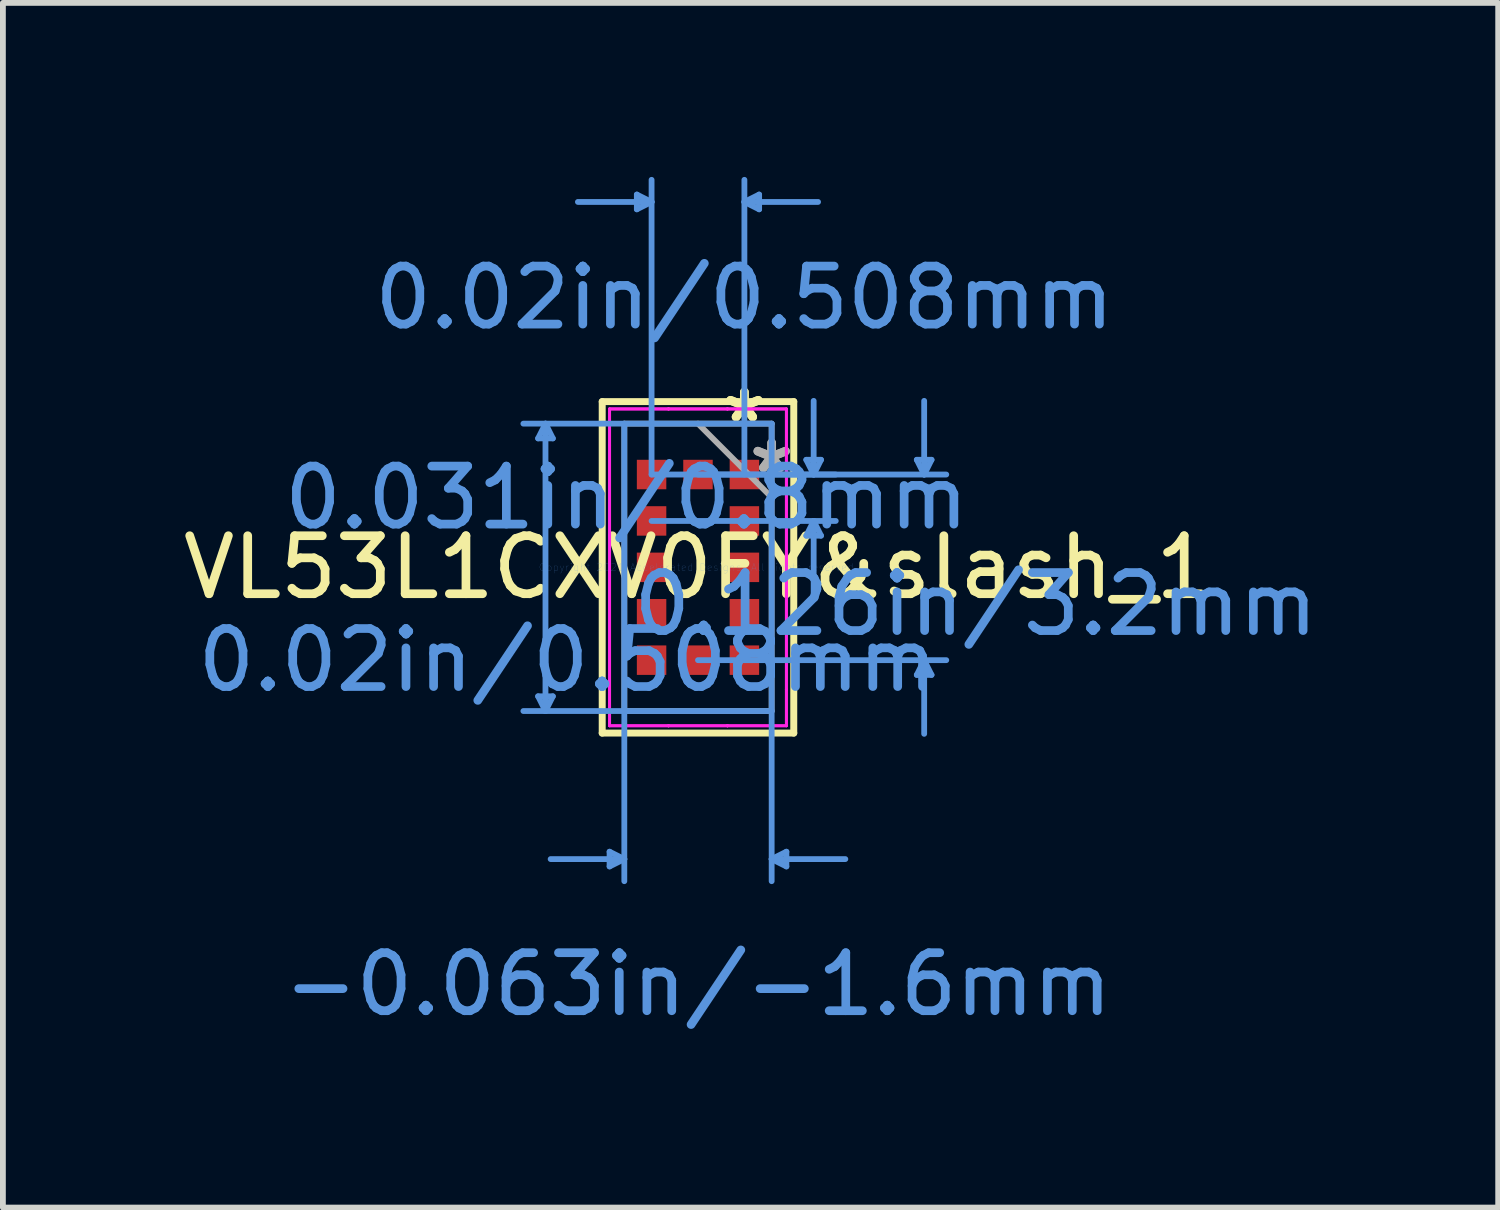
<source format=kicad_pcb>
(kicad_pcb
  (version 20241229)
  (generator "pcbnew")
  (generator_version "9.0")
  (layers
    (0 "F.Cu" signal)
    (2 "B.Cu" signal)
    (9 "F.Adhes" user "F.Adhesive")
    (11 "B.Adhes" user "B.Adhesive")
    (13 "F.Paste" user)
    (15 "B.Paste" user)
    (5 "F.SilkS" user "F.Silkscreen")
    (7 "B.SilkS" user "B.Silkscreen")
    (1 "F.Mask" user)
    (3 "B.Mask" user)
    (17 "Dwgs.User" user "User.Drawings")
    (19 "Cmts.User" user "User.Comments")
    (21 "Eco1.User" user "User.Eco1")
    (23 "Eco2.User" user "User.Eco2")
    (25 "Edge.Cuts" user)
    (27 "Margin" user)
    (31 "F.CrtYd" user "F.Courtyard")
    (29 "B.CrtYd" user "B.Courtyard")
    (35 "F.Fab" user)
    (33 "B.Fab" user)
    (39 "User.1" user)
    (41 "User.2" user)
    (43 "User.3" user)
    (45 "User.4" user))
  (footprint "VL53L1CXV0FY&slash_1"
    (layer "F.Cu")
    (at 8.982 6.73)
    (property "Reference" "VL53L1CXV0FY&slash_1" (at 0 0 0) (layer "F.SilkS") (effects (font (size 1 1) (thickness 0.15))))
    (attr through_hole)
    (fp_line (start -1.651 -2.857) (end -1.651 2.857) (stroke (width 0.12) (type solid)) (layer "F.SilkS"))
    (fp_line (start -1.651 2.857) (end 1.651 2.857) (stroke (width 0.12) (type solid)) (layer "F.SilkS"))
    (fp_line (start 1.651 -2.857) (end -1.651 -2.857) (stroke (width 0.12) (type solid)) (layer "F.SilkS"))
    (fp_line (start 1.651 2.857) (end 1.651 -2.857) (stroke (width 0.12) (type solid)) (layer "F.SilkS"))
    (fp_line (start -2.756 -2.223) (end -2.502 -2.223) (stroke (width 0.1) (type solid)) (layer "Cmts.User"))
    (fp_line (start -2.756 2.223) (end -2.502 2.223) (stroke (width 0.1) (type solid)) (layer "Cmts.User"))
    (fp_line (start -2.629 -2.477) (end -2.756 -2.223) (stroke (width 0.1) (type solid)) (layer "Cmts.User"))
    (fp_line (start -2.629 -2.477) (end -2.629 2.477) (stroke (width 0.1) (type solid)) (layer "Cmts.User"))
    (fp_line (start -2.629 -2.477) (end -2.502 -2.223) (stroke (width 0.1) (type solid)) (layer "Cmts.User"))
    (fp_line (start -2.629 2.477) (end -2.756 2.223) (stroke (width 0.1) (type solid)) (layer "Cmts.User"))
    (fp_line (start -2.629 2.477) (end -2.502 2.223) (stroke (width 0.1) (type solid)) (layer "Cmts.User"))
    (fp_line (start -1.524 4.902) (end -1.524 5.156) (stroke (width 0.1) (type solid)) (layer "Cmts.User"))
    (fp_line (start -1.27 -2.477) (end -1.27 5.41) (stroke (width 0.1) (type solid)) (layer "Cmts.User"))
    (fp_line (start -1.27 5.029) (end -2.54 5.029) (stroke (width 0.1) (type solid)) (layer "Cmts.User"))
    (fp_line (start -1.27 5.029) (end -1.524 4.902) (stroke (width 0.1) (type solid)) (layer "Cmts.User"))
    (fp_line (start -1.27 5.029) (end -1.524 5.156) (stroke (width 0.1) (type solid)) (layer "Cmts.User"))
    (fp_line (start -1.054 -6.426) (end -1.054 -6.172) (stroke (width 0.1) (type solid)) (layer "Cmts.User"))
    (fp_line (start -0.8 -6.299) (end -2.07 -6.299) (stroke (width 0.1) (type solid)) (layer "Cmts.User"))
    (fp_line (start -0.8 -6.299) (end -1.054 -6.426) (stroke (width 0.1) (type solid)) (layer "Cmts.User"))
    (fp_line (start -0.8 -6.299) (end -1.054 -6.172) (stroke (width 0.1) (type solid)) (layer "Cmts.User"))
    (fp_line (start -0.8 -1.6) (end -0.8 -6.68) (stroke (width 0.1) (type solid)) (layer "Cmts.User"))
    (fp_line (start -0.8 -1.6) (end 2.375 -1.6) (stroke (width 0.1) (type solid)) (layer "Cmts.User"))
    (fp_line (start -0.8 -0.8) (end 2.375 -0.8) (stroke (width 0.1) (type solid)) (layer "Cmts.User"))
    (fp_line (start 0 -1.6) (end 4.28 -1.6) (stroke (width 0.1) (type solid)) (layer "Cmts.User"))
    (fp_line (start 0 1.6) (end 4.28 1.6) (stroke (width 0.1) (type solid)) (layer "Cmts.User"))
    (fp_line (start 0.8 -6.299) (end 1.054 -6.426) (stroke (width 0.1) (type solid)) (layer "Cmts.User"))
    (fp_line (start 0.8 -6.299) (end 1.054 -6.172) (stroke (width 0.1) (type solid)) (layer "Cmts.User"))
    (fp_line (start 0.8 -6.299) (end 2.07 -6.299) (stroke (width 0.1) (type solid)) (layer "Cmts.User"))
    (fp_line (start 0.8 -1.6) (end 0.8 -6.68) (stroke (width 0.1) (type solid)) (layer "Cmts.User"))
    (fp_line (start 1.054 -6.426) (end 1.054 -6.172) (stroke (width 0.1) (type solid)) (layer "Cmts.User"))
    (fp_line (start 1.27 -2.477) (end -3.01 -2.477) (stroke (width 0.1) (type solid)) (layer "Cmts.User"))
    (fp_line (start 1.27 -2.477) (end 1.27 5.41) (stroke (width 0.1) (type solid)) (layer "Cmts.User"))
    (fp_line (start 1.27 2.477) (end -3.01 2.477) (stroke (width 0.1) (type solid)) (layer "Cmts.User"))
    (fp_line (start 1.27 5.029) (end 1.524 4.902) (stroke (width 0.1) (type solid)) (layer "Cmts.User"))
    (fp_line (start 1.27 5.029) (end 1.524 5.156) (stroke (width 0.1) (type solid)) (layer "Cmts.User"))
    (fp_line (start 1.27 5.029) (end 2.54 5.029) (stroke (width 0.1) (type solid)) (layer "Cmts.User"))
    (fp_line (start 1.524 4.902) (end 1.524 5.156) (stroke (width 0.1) (type solid)) (layer "Cmts.User"))
    (fp_line (start 1.867 -1.854) (end 2.121 -1.854) (stroke (width 0.1) (type solid)) (layer "Cmts.User"))
    (fp_line (start 1.867 -0.546) (end 2.121 -0.546) (stroke (width 0.1) (type solid)) (layer "Cmts.User"))
    (fp_line (start 1.994 -1.6) (end 1.867 -1.854) (stroke (width 0.1) (type solid)) (layer "Cmts.User"))
    (fp_line (start 1.994 -1.6) (end 1.994 -2.87) (stroke (width 0.1) (type solid)) (layer "Cmts.User"))
    (fp_line (start 1.994 -1.6) (end 2.121 -1.854) (stroke (width 0.1) (type solid)) (layer "Cmts.User"))
    (fp_line (start 1.994 -0.8) (end 1.867 -0.546) (stroke (width 0.1) (type solid)) (layer "Cmts.User"))
    (fp_line (start 1.994 -0.8) (end 1.994 0.47) (stroke (width 0.1) (type solid)) (layer "Cmts.User"))
    (fp_line (start 1.994 -0.8) (end 2.121 -0.546) (stroke (width 0.1) (type solid)) (layer "Cmts.User"))
    (fp_line (start 3.772 -1.854) (end 4.026 -1.854) (stroke (width 0.1) (type solid)) (layer "Cmts.User"))
    (fp_line (start 3.772 1.854) (end 4.026 1.854) (stroke (width 0.1) (type solid)) (layer "Cmts.User"))
    (fp_line (start 3.899 -1.6) (end 3.772 -1.854) (stroke (width 0.1) (type solid)) (layer "Cmts.User"))
    (fp_line (start 3.899 -1.6) (end 3.899 -2.87) (stroke (width 0.1) (type solid)) (layer "Cmts.User"))
    (fp_line (start 3.899 -1.6) (end 4.026 -1.854) (stroke (width 0.1) (type solid)) (layer "Cmts.User"))
    (fp_line (start 3.899 1.6) (end 3.772 1.854) (stroke (width 0.1) (type solid)) (layer "Cmts.User"))
    (fp_line (start 3.899 1.6) (end 3.899 2.87) (stroke (width 0.1) (type solid)) (layer "Cmts.User"))
    (fp_line (start 3.899 1.6) (end 4.026 1.854) (stroke (width 0.1) (type solid)) (layer "Cmts.User"))
    (fp_line (start -1.524 -2.731) (end -0.508 -2.731) (stroke (width 0.05) (type solid)) (layer "F.CrtYd"))
    (fp_line (start -1.524 -2.731) (end -0.508 -2.731) (stroke (width 0.05) (type solid)) (layer "F.CrtYd"))
    (fp_line (start -1.524 -2.108) (end -1.524 -2.731) (stroke (width 0.05) (type solid)) (layer "F.CrtYd"))
    (fp_line (start -1.524 -2.108) (end -1.524 -2.731) (stroke (width 0.05) (type solid)) (layer "F.CrtYd"))
    (fp_line (start -1.524 -2.108) (end -1.524 -2.108) (stroke (width 0.05) (type solid)) (layer "F.CrtYd"))
    (fp_line (start -1.524 -2.108) (end -1.524 -2.108) (stroke (width 0.05) (type solid)) (layer "F.CrtYd"))
    (fp_line (start -1.524 2.108) (end -1.524 -2.108) (stroke (width 0.05) (type solid)) (layer "F.CrtYd"))
    (fp_line (start -1.524 2.108) (end -1.524 -2.108) (stroke (width 0.05) (type solid)) (layer "F.CrtYd"))
    (fp_line (start -1.524 2.108) (end -1.524 2.108) (stroke (width 0.05) (type solid)) (layer "F.CrtYd"))
    (fp_line (start -1.524 2.108) (end -1.524 2.108) (stroke (width 0.05) (type solid)) (layer "F.CrtYd"))
    (fp_line (start -1.524 2.731) (end -1.524 2.108) (stroke (width 0.05) (type solid)) (layer "F.CrtYd"))
    (fp_line (start -1.524 2.731) (end -1.524 2.108) (stroke (width 0.05) (type solid)) (layer "F.CrtYd"))
    (fp_line (start -0.508 -2.731) (end -0.508 -2.731) (stroke (width 0.05) (type solid)) (layer "F.CrtYd"))
    (fp_line (start -0.508 -2.731) (end -0.508 -2.731) (stroke (width 0.05) (type solid)) (layer "F.CrtYd"))
    (fp_line (start -0.508 -2.731) (end 0.508 -2.731) (stroke (width 0.05) (type solid)) (layer "F.CrtYd"))
    (fp_line (start -0.508 -2.731) (end 0.508 -2.731) (stroke (width 0.05) (type solid)) (layer "F.CrtYd"))
    (fp_line (start -0.508 2.731) (end -1.524 2.731) (stroke (width 0.05) (type solid)) (layer "F.CrtYd"))
    (fp_line (start -0.508 2.731) (end -1.524 2.731) (stroke (width 0.05) (type solid)) (layer "F.CrtYd"))
    (fp_line (start -0.508 2.731) (end -0.508 2.731) (stroke (width 0.05) (type solid)) (layer "F.CrtYd"))
    (fp_line (start -0.508 2.731) (end -0.508 2.731) (stroke (width 0.05) (type solid)) (layer "F.CrtYd"))
    (fp_line (start 0.508 -2.731) (end 0.508 -2.731) (stroke (width 0.05) (type solid)) (layer "F.CrtYd"))
    (fp_line (start 0.508 -2.731) (end 0.508 -2.731) (stroke (width 0.05) (type solid)) (layer "F.CrtYd"))
    (fp_line (start 0.508 -2.731) (end 1.524 -2.731) (stroke (width 0.05) (type solid)) (layer "F.CrtYd"))
    (fp_line (start 0.508 -2.731) (end 1.524 -2.731) (stroke (width 0.05) (type solid)) (layer "F.CrtYd"))
    (fp_line (start 0.508 2.731) (end -0.508 2.731) (stroke (width 0.05) (type solid)) (layer "F.CrtYd"))
    (fp_line (start 0.508 2.731) (end -0.508 2.731) (stroke (width 0.05) (type solid)) (layer "F.CrtYd"))
    (fp_line (start 0.508 2.731) (end 0.508 2.731) (stroke (width 0.05) (type solid)) (layer "F.CrtYd"))
    (fp_line (start 0.508 2.731) (end 0.508 2.731) (stroke (width 0.05) (type solid)) (layer "F.CrtYd"))
    (fp_line (start 1.524 -2.731) (end 1.524 -2.108) (stroke (width 0.05) (type solid)) (layer "F.CrtYd"))
    (fp_line (start 1.524 -2.731) (end 1.524 -2.108) (stroke (width 0.05) (type solid)) (layer "F.CrtYd"))
    (fp_line (start 1.524 -2.108) (end 1.524 -2.108) (stroke (width 0.05) (type solid)) (layer "F.CrtYd"))
    (fp_line (start 1.524 -2.108) (end 1.524 -2.108) (stroke (width 0.05) (type solid)) (layer "F.CrtYd"))
    (fp_line (start 1.524 -2.108) (end 1.524 2.108) (stroke (width 0.05) (type solid)) (layer "F.CrtYd"))
    (fp_line (start 1.524 -2.108) (end 1.524 2.108) (stroke (width 0.05) (type solid)) (layer "F.CrtYd"))
    (fp_line (start 1.524 2.108) (end 1.524 2.108) (stroke (width 0.05) (type solid)) (layer "F.CrtYd"))
    (fp_line (start 1.524 2.108) (end 1.524 2.108) (stroke (width 0.05) (type solid)) (layer "F.CrtYd"))
    (fp_line (start 1.524 2.108) (end 1.524 2.731) (stroke (width 0.05) (type solid)) (layer "F.CrtYd"))
    (fp_line (start 1.524 2.108) (end 1.524 2.731) (stroke (width 0.05) (type solid)) (layer "F.CrtYd"))
    (fp_line (start 1.524 2.731) (end 0.508 2.731) (stroke (width 0.05) (type solid)) (layer "F.CrtYd"))
    (fp_line (start 1.524 2.731) (end 0.508 2.731) (stroke (width 0.05) (type solid)) (layer "F.CrtYd"))
    (fp_line (start -1.27 -2.477) (end -1.27 2.477) (stroke (width 0.1) (type solid)) (layer "F.Fab"))
    (fp_line (start -1.27 2.477) (end 1.27 2.477) (stroke (width 0.1) (type solid)) (layer "F.Fab"))
    (fp_line (start 1.27 -2.477) (end -1.27 -2.477) (stroke (width 0.1) (type solid)) (layer "F.Fab"))
    (fp_line (start 1.27 -1.206) (end 0 -2.477) (stroke (width 0.1) (type solid)) (layer "F.Fab"))
    (fp_line (start 1.27 2.477) (end 1.27 -2.477) (stroke (width 0.1) (type solid)) (layer "F.Fab"))
    (fp_text user "*" (at 0.8 -2.477 0) (layer "F.SilkS") (effects (font (size 1 1) (thickness 0.15))))
    (fp_text user "*" (at 0.8 -2.477 0) (layer "F.SilkS") (effects (font (size 1 1) (thickness 0.15))))
    (fp_text user "0.126in/3.2mm" (at 4.788 0.635 0) (layer "Cmts.User") (effects (font (size 1 1) (thickness 0.15))))
    (fp_text user "Copyright 2021 Accelerated Designs. All rights reserved." (at 0 0 0) (layer "Cmts.User") (effects (font (size 0.127 0.127) (thickness 0.002))))
    (fp_text user "0.031in/0.8mm" (at -1.232 -1.2 0) (layer "Cmts.User") (effects (font (size 1 1) (thickness 0.15))))
    (fp_text user "0.02in/0.508mm" (at 0.8 -4.648 0) (layer "Cmts.User") (effects (font (size 1 1) (thickness 0.15))))
    (fp_text user "0.02in/0.508mm" (at -2.248 1.6 0) (layer "Cmts.User") (effects (font (size 1 1) (thickness 0.15))))
    (fp_text user "-0.063in/-1.6mm" (at 0 7.188 0) (layer "Cmts.User") (effects (font (size 1 1) (thickness 0.15))))
    (fp_text user "*" (at 1.27 -1.6 0) (layer "F.Fab") (effects (font (size 1 1) (thickness 0.15))))
    (fp_text user "*" (at 1.27 -1.6 0) (layer "F.Fab") (effects (font (size 1 1) (thickness 0.15))))
    (pad "1" smd rect (at 0.8 -1.6 90) (size 0.508 0.508) (layers "F.Cu" "F.Mask" "F.Paste"))
    (pad "2" smd rect (at 0.8 -0.8 90) (size 0.508 0.508) (layers "F.Cu" "F.Mask" "F.Paste"))
    (pad "3" smd rect (at 0.8 0 90) (size 0.508 0.508) (layers "F.Cu" "F.Mask" "F.Paste"))
    (pad "4" smd rect (at 0.8 0.8 90) (size 0.508 0.508) (layers "F.Cu" "F.Mask" "F.Paste"))
    (pad "5" smd rect (at 0.8 1.6 90) (size 0.508 0.508) (layers "F.Cu" "F.Mask" "F.Paste"))
    (pad "6" smd rect (at 0 1.6) (size 0.508 0.508) (layers "F.Cu" "F.Mask" "F.Paste"))
    (pad "7" smd rect (at -0.8 1.6 90) (size 0.508 0.508) (layers "F.Cu" "F.Mask" "F.Paste"))
    (pad "8" smd rect (at -0.8 0.8 90) (size 0.508 0.508) (layers "F.Cu" "F.Mask" "F.Paste"))
    (pad "9" smd rect (at -0.8 0 90) (size 0.508 0.508) (layers "F.Cu" "F.Mask" "F.Paste"))
    (pad "10" smd rect (at -0.8 -0.8 90) (size 0.508 0.508) (layers "F.Cu" "F.Mask" "F.Paste"))
    (pad "11" smd rect (at -0.8 -1.6 90) (size 0.508 0.508) (layers "F.Cu" "F.Mask" "F.Paste"))
    (pad "12" smd rect (at 0 -1.6) (size 0.508 0.508) (layers "F.Cu" "F.Mask" "F.Paste")))
  (gr_rect
    (start -3 -3)
    (end 22.776 17.766)
    (stroke (width 0.1) (type default))
    (fill no)
    (layer "Edge.Cuts")))
</source>
